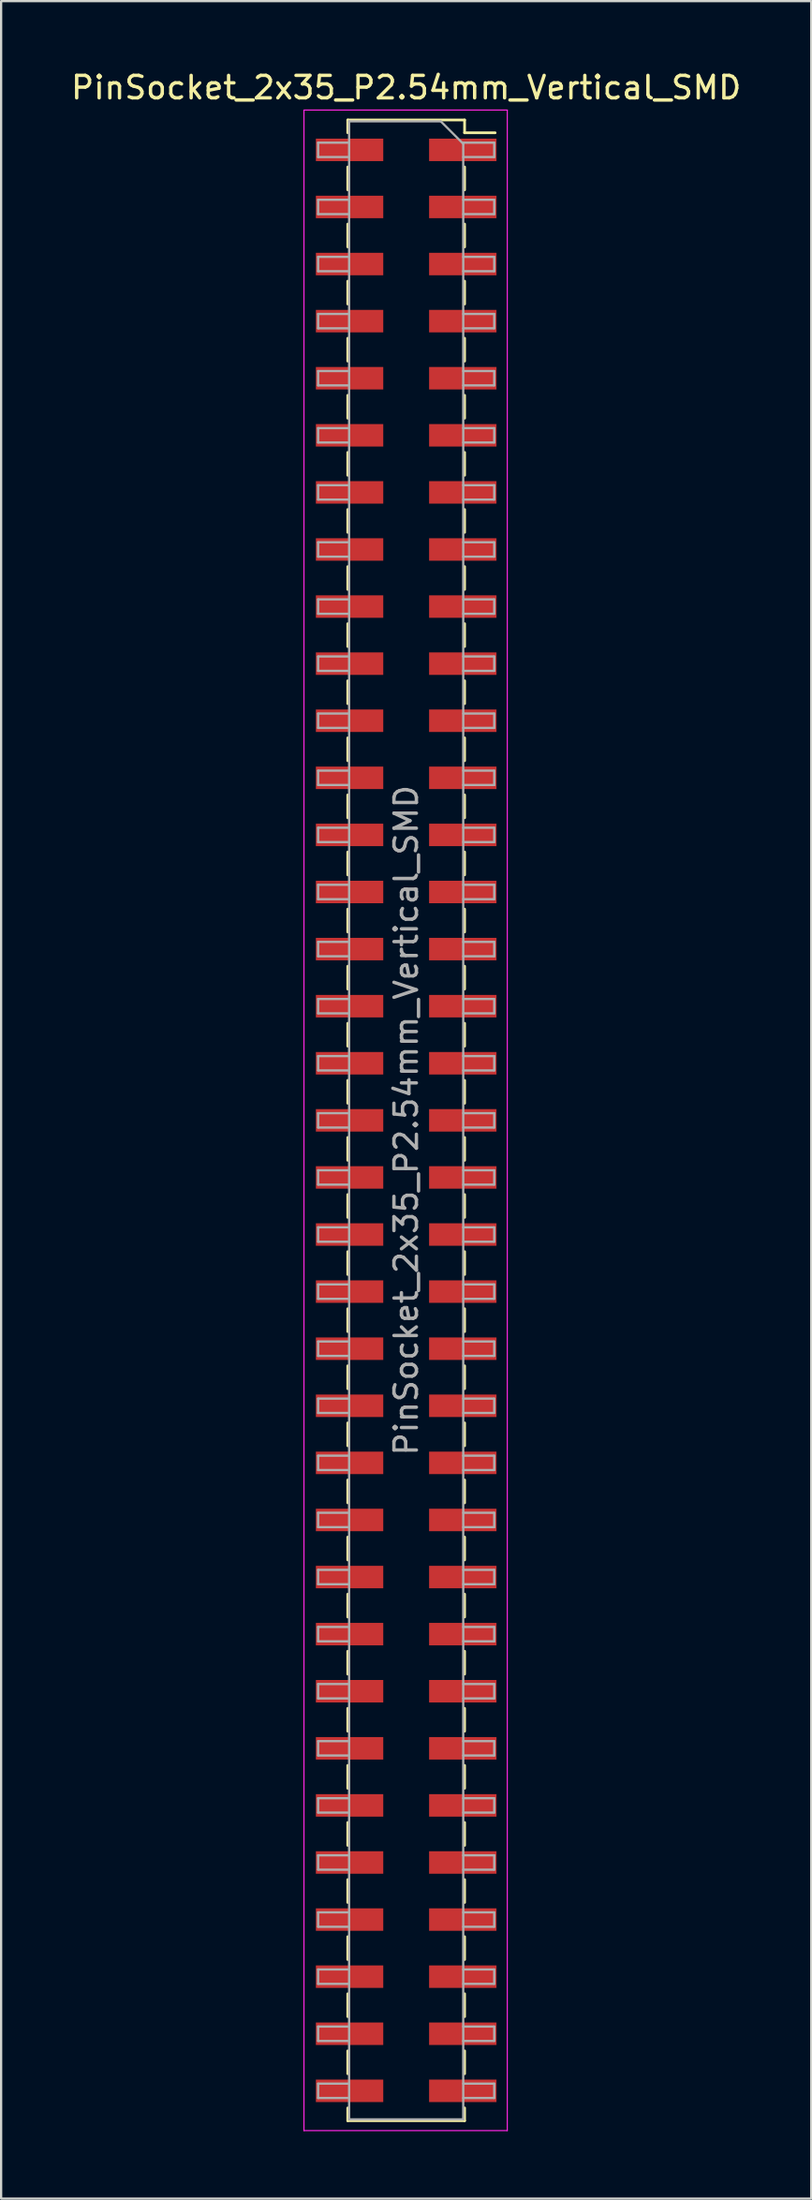
<source format=kicad_pcb>
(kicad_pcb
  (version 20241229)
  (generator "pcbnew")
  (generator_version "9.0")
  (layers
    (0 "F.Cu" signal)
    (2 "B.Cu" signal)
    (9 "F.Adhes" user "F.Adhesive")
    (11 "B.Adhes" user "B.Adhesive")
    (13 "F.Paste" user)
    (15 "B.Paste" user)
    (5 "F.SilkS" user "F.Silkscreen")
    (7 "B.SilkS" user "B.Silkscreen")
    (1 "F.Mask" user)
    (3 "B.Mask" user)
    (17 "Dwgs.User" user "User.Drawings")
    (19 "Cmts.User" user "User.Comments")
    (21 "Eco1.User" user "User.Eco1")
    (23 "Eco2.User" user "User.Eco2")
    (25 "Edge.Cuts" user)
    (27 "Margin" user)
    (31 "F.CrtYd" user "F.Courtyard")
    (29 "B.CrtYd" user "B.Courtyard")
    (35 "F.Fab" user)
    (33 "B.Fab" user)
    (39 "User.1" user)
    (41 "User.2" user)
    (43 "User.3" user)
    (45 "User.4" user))
  (footprint "PinSocket_2x35_P2.54mm_Vertical_SMD"
    (layer "F.Cu")
    (at 15.03 46.798)
    (property "Reference" "PinSocket_2x35_P2.54mm_Vertical_SMD" (at 0 -45.95 0) (layer "F.SilkS") (effects (font (size 1 1) (thickness 0.15))))
    (attr smd)
    (fp_line (start -2.6 -44.51) (end -2.6 -43.94) (stroke (width 0.12) (type solid)) (layer "F.SilkS"))
    (fp_line (start -2.6 -44.51) (end 2.6 -44.51) (stroke (width 0.12) (type solid)) (layer "F.SilkS"))
    (fp_line (start -2.6 -42.42) (end -2.6 -41.4) (stroke (width 0.12) (type solid)) (layer "F.SilkS"))
    (fp_line (start -2.6 -39.88) (end -2.6 -38.86) (stroke (width 0.12) (type solid)) (layer "F.SilkS"))
    (fp_line (start -2.6 -37.34) (end -2.6 -36.32) (stroke (width 0.12) (type solid)) (layer "F.SilkS"))
    (fp_line (start -2.6 -34.8) (end -2.6 -33.78) (stroke (width 0.12) (type solid)) (layer "F.SilkS"))
    (fp_line (start -2.6 -32.26) (end -2.6 -31.24) (stroke (width 0.12) (type solid)) (layer "F.SilkS"))
    (fp_line (start -2.6 -29.72) (end -2.6 -28.7) (stroke (width 0.12) (type solid)) (layer "F.SilkS"))
    (fp_line (start -2.6 -27.18) (end -2.6 -26.16) (stroke (width 0.12) (type solid)) (layer "F.SilkS"))
    (fp_line (start -2.6 -24.64) (end -2.6 -23.62) (stroke (width 0.12) (type solid)) (layer "F.SilkS"))
    (fp_line (start -2.6 -22.1) (end -2.6 -21.08) (stroke (width 0.12) (type solid)) (layer "F.SilkS"))
    (fp_line (start -2.6 -19.56) (end -2.6 -18.54) (stroke (width 0.12) (type solid)) (layer "F.SilkS"))
    (fp_line (start -2.6 -17.02) (end -2.6 -16) (stroke (width 0.12) (type solid)) (layer "F.SilkS"))
    (fp_line (start -2.6 -14.48) (end -2.6 -13.46) (stroke (width 0.12) (type solid)) (layer "F.SilkS"))
    (fp_line (start -2.6 -11.94) (end -2.6 -10.92) (stroke (width 0.12) (type solid)) (layer "F.SilkS"))
    (fp_line (start -2.6 -9.4) (end -2.6 -8.38) (stroke (width 0.12) (type solid)) (layer "F.SilkS"))
    (fp_line (start -2.6 -6.86) (end -2.6 -5.84) (stroke (width 0.12) (type solid)) (layer "F.SilkS"))
    (fp_line (start -2.6 -4.32) (end -2.6 -3.3) (stroke (width 0.12) (type solid)) (layer "F.SilkS"))
    (fp_line (start -2.6 -1.78) (end -2.6 -0.76) (stroke (width 0.12) (type solid)) (layer "F.SilkS"))
    (fp_line (start -2.6 0.76) (end -2.6 1.78) (stroke (width 0.12) (type solid)) (layer "F.SilkS"))
    (fp_line (start -2.6 3.3) (end -2.6 4.32) (stroke (width 0.12) (type solid)) (layer "F.SilkS"))
    (fp_line (start -2.6 5.84) (end -2.6 6.86) (stroke (width 0.12) (type solid)) (layer "F.SilkS"))
    (fp_line (start -2.6 8.38) (end -2.6 9.4) (stroke (width 0.12) (type solid)) (layer "F.SilkS"))
    (fp_line (start -2.6 10.92) (end -2.6 11.94) (stroke (width 0.12) (type solid)) (layer "F.SilkS"))
    (fp_line (start -2.6 13.46) (end -2.6 14.48) (stroke (width 0.12) (type solid)) (layer "F.SilkS"))
    (fp_line (start -2.6 16) (end -2.6 17.02) (stroke (width 0.12) (type solid)) (layer "F.SilkS"))
    (fp_line (start -2.6 18.54) (end -2.6 19.56) (stroke (width 0.12) (type solid)) (layer "F.SilkS"))
    (fp_line (start -2.6 21.08) (end -2.6 22.1) (stroke (width 0.12) (type solid)) (layer "F.SilkS"))
    (fp_line (start -2.6 23.62) (end -2.6 24.64) (stroke (width 0.12) (type solid)) (layer "F.SilkS"))
    (fp_line (start -2.6 26.16) (end -2.6 27.18) (stroke (width 0.12) (type solid)) (layer "F.SilkS"))
    (fp_line (start -2.6 28.7) (end -2.6 29.72) (stroke (width 0.12) (type solid)) (layer "F.SilkS"))
    (fp_line (start -2.6 31.24) (end -2.6 32.26) (stroke (width 0.12) (type solid)) (layer "F.SilkS"))
    (fp_line (start -2.6 33.78) (end -2.6 34.8) (stroke (width 0.12) (type solid)) (layer "F.SilkS"))
    (fp_line (start -2.6 36.32) (end -2.6 37.34) (stroke (width 0.12) (type solid)) (layer "F.SilkS"))
    (fp_line (start -2.6 38.86) (end -2.6 39.88) (stroke (width 0.12) (type solid)) (layer "F.SilkS"))
    (fp_line (start -2.6 41.4) (end -2.6 42.42) (stroke (width 0.12) (type solid)) (layer "F.SilkS"))
    (fp_line (start -2.6 43.94) (end -2.6 44.51) (stroke (width 0.12) (type solid)) (layer "F.SilkS"))
    (fp_line (start -2.6 44.51) (end 2.6 44.51) (stroke (width 0.12) (type solid)) (layer "F.SilkS"))
    (fp_line (start 2.6 -44.51) (end 2.6 -43.94) (stroke (width 0.12) (type solid)) (layer "F.SilkS"))
    (fp_line (start 2.6 -43.94) (end 3.96 -43.94) (stroke (width 0.12) (type solid)) (layer "F.SilkS"))
    (fp_line (start 2.6 -42.42) (end 2.6 -41.4) (stroke (width 0.12) (type solid)) (layer "F.SilkS"))
    (fp_line (start 2.6 -39.88) (end 2.6 -38.86) (stroke (width 0.12) (type solid)) (layer "F.SilkS"))
    (fp_line (start 2.6 -37.34) (end 2.6 -36.32) (stroke (width 0.12) (type solid)) (layer "F.SilkS"))
    (fp_line (start 2.6 -34.8) (end 2.6 -33.78) (stroke (width 0.12) (type solid)) (layer "F.SilkS"))
    (fp_line (start 2.6 -32.26) (end 2.6 -31.24) (stroke (width 0.12) (type solid)) (layer "F.SilkS"))
    (fp_line (start 2.6 -29.72) (end 2.6 -28.7) (stroke (width 0.12) (type solid)) (layer "F.SilkS"))
    (fp_line (start 2.6 -27.18) (end 2.6 -26.16) (stroke (width 0.12) (type solid)) (layer "F.SilkS"))
    (fp_line (start 2.6 -24.64) (end 2.6 -23.62) (stroke (width 0.12) (type solid)) (layer "F.SilkS"))
    (fp_line (start 2.6 -22.1) (end 2.6 -21.08) (stroke (width 0.12) (type solid)) (layer "F.SilkS"))
    (fp_line (start 2.6 -19.56) (end 2.6 -18.54) (stroke (width 0.12) (type solid)) (layer "F.SilkS"))
    (fp_line (start 2.6 -17.02) (end 2.6 -16) (stroke (width 0.12) (type solid)) (layer "F.SilkS"))
    (fp_line (start 2.6 -14.48) (end 2.6 -13.46) (stroke (width 0.12) (type solid)) (layer "F.SilkS"))
    (fp_line (start 2.6 -11.94) (end 2.6 -10.92) (stroke (width 0.12) (type solid)) (layer "F.SilkS"))
    (fp_line (start 2.6 -9.4) (end 2.6 -8.38) (stroke (width 0.12) (type solid)) (layer "F.SilkS"))
    (fp_line (start 2.6 -6.86) (end 2.6 -5.84) (stroke (width 0.12) (type solid)) (layer "F.SilkS"))
    (fp_line (start 2.6 -4.32) (end 2.6 -3.3) (stroke (width 0.12) (type solid)) (layer "F.SilkS"))
    (fp_line (start 2.6 -1.78) (end 2.6 -0.76) (stroke (width 0.12) (type solid)) (layer "F.SilkS"))
    (fp_line (start 2.6 0.76) (end 2.6 1.78) (stroke (width 0.12) (type solid)) (layer "F.SilkS"))
    (fp_line (start 2.6 3.3) (end 2.6 4.32) (stroke (width 0.12) (type solid)) (layer "F.SilkS"))
    (fp_line (start 2.6 5.84) (end 2.6 6.86) (stroke (width 0.12) (type solid)) (layer "F.SilkS"))
    (fp_line (start 2.6 8.38) (end 2.6 9.4) (stroke (width 0.12) (type solid)) (layer "F.SilkS"))
    (fp_line (start 2.6 10.92) (end 2.6 11.94) (stroke (width 0.12) (type solid)) (layer "F.SilkS"))
    (fp_line (start 2.6 13.46) (end 2.6 14.48) (stroke (width 0.12) (type solid)) (layer "F.SilkS"))
    (fp_line (start 2.6 16) (end 2.6 17.02) (stroke (width 0.12) (type solid)) (layer "F.SilkS"))
    (fp_line (start 2.6 18.54) (end 2.6 19.56) (stroke (width 0.12) (type solid)) (layer "F.SilkS"))
    (fp_line (start 2.6 21.08) (end 2.6 22.1) (stroke (width 0.12) (type solid)) (layer "F.SilkS"))
    (fp_line (start 2.6 23.62) (end 2.6 24.64) (stroke (width 0.12) (type solid)) (layer "F.SilkS"))
    (fp_line (start 2.6 26.16) (end 2.6 27.18) (stroke (width 0.12) (type solid)) (layer "F.SilkS"))
    (fp_line (start 2.6 28.7) (end 2.6 29.72) (stroke (width 0.12) (type solid)) (layer "F.SilkS"))
    (fp_line (start 2.6 31.24) (end 2.6 32.26) (stroke (width 0.12) (type solid)) (layer "F.SilkS"))
    (fp_line (start 2.6 33.78) (end 2.6 34.8) (stroke (width 0.12) (type solid)) (layer "F.SilkS"))
    (fp_line (start 2.6 36.32) (end 2.6 37.34) (stroke (width 0.12) (type solid)) (layer "F.SilkS"))
    (fp_line (start 2.6 38.86) (end 2.6 39.88) (stroke (width 0.12) (type solid)) (layer "F.SilkS"))
    (fp_line (start 2.6 41.4) (end 2.6 42.42) (stroke (width 0.12) (type solid)) (layer "F.SilkS"))
    (fp_line (start 2.6 43.94) (end 2.6 44.51) (stroke (width 0.12) (type solid)) (layer "F.SilkS"))
    (fp_line (start -4.55 -44.95) (end 4.5 -44.95) (stroke (width 0.05) (type solid)) (layer "F.CrtYd"))
    (fp_line (start -4.55 44.95) (end -4.55 -44.95) (stroke (width 0.05) (type solid)) (layer "F.CrtYd"))
    (fp_line (start 4.5 -44.95) (end 4.5 44.95) (stroke (width 0.05) (type solid)) (layer "F.CrtYd"))
    (fp_line (start 4.5 44.95) (end -4.55 44.95) (stroke (width 0.05) (type solid)) (layer "F.CrtYd"))
    (fp_line (start -3.92 -43.5) (end -2.54 -43.5) (stroke (width 0.1) (type solid)) (layer "F.Fab"))
    (fp_line (start -3.92 -42.86) (end -3.92 -43.5) (stroke (width 0.1) (type solid)) (layer "F.Fab"))
    (fp_line (start -3.92 -40.96) (end -2.54 -40.96) (stroke (width 0.1) (type solid)) (layer "F.Fab"))
    (fp_line (start -3.92 -40.32) (end -3.92 -40.96) (stroke (width 0.1) (type solid)) (layer "F.Fab"))
    (fp_line (start -3.92 -38.42) (end -2.54 -38.42) (stroke (width 0.1) (type solid)) (layer "F.Fab"))
    (fp_line (start -3.92 -37.78) (end -3.92 -38.42) (stroke (width 0.1) (type solid)) (layer "F.Fab"))
    (fp_line (start -3.92 -35.88) (end -2.54 -35.88) (stroke (width 0.1) (type solid)) (layer "F.Fab"))
    (fp_line (start -3.92 -35.24) (end -3.92 -35.88) (stroke (width 0.1) (type solid)) (layer "F.Fab"))
    (fp_line (start -3.92 -33.34) (end -2.54 -33.34) (stroke (width 0.1) (type solid)) (layer "F.Fab"))
    (fp_line (start -3.92 -32.7) (end -3.92 -33.34) (stroke (width 0.1) (type solid)) (layer "F.Fab"))
    (fp_line (start -3.92 -30.8) (end -2.54 -30.8) (stroke (width 0.1) (type solid)) (layer "F.Fab"))
    (fp_line (start -3.92 -30.16) (end -3.92 -30.8) (stroke (width 0.1) (type solid)) (layer "F.Fab"))
    (fp_line (start -3.92 -28.26) (end -2.54 -28.26) (stroke (width 0.1) (type solid)) (layer "F.Fab"))
    (fp_line (start -3.92 -27.62) (end -3.92 -28.26) (stroke (width 0.1) (type solid)) (layer "F.Fab"))
    (fp_line (start -3.92 -25.72) (end -2.54 -25.72) (stroke (width 0.1) (type solid)) (layer "F.Fab"))
    (fp_line (start -3.92 -25.08) (end -3.92 -25.72) (stroke (width 0.1) (type solid)) (layer "F.Fab"))
    (fp_line (start -3.92 -23.18) (end -2.54 -23.18) (stroke (width 0.1) (type solid)) (layer "F.Fab"))
    (fp_line (start -3.92 -22.54) (end -3.92 -23.18) (stroke (width 0.1) (type solid)) (layer "F.Fab"))
    (fp_line (start -3.92 -20.64) (end -2.54 -20.64) (stroke (width 0.1) (type solid)) (layer "F.Fab"))
    (fp_line (start -3.92 -20) (end -3.92 -20.64) (stroke (width 0.1) (type solid)) (layer "F.Fab"))
    (fp_line (start -3.92 -18.1) (end -2.54 -18.1) (stroke (width 0.1) (type solid)) (layer "F.Fab"))
    (fp_line (start -3.92 -17.46) (end -3.92 -18.1) (stroke (width 0.1) (type solid)) (layer "F.Fab"))
    (fp_line (start -3.92 -15.56) (end -2.54 -15.56) (stroke (width 0.1) (type solid)) (layer "F.Fab"))
    (fp_line (start -3.92 -14.92) (end -3.92 -15.56) (stroke (width 0.1) (type solid)) (layer "F.Fab"))
    (fp_line (start -3.92 -13.02) (end -2.54 -13.02) (stroke (width 0.1) (type solid)) (layer "F.Fab"))
    (fp_line (start -3.92 -12.38) (end -3.92 -13.02) (stroke (width 0.1) (type solid)) (layer "F.Fab"))
    (fp_line (start -3.92 -10.48) (end -2.54 -10.48) (stroke (width 0.1) (type solid)) (layer "F.Fab"))
    (fp_line (start -3.92 -9.84) (end -3.92 -10.48) (stroke (width 0.1) (type solid)) (layer "F.Fab"))
    (fp_line (start -3.92 -7.94) (end -2.54 -7.94) (stroke (width 0.1) (type solid)) (layer "F.Fab"))
    (fp_line (start -3.92 -7.3) (end -3.92 -7.94) (stroke (width 0.1) (type solid)) (layer "F.Fab"))
    (fp_line (start -3.92 -5.4) (end -2.54 -5.4) (stroke (width 0.1) (type solid)) (layer "F.Fab"))
    (fp_line (start -3.92 -4.76) (end -3.92 -5.4) (stroke (width 0.1) (type solid)) (layer "F.Fab"))
    (fp_line (start -3.92 -2.86) (end -2.54 -2.86) (stroke (width 0.1) (type solid)) (layer "F.Fab"))
    (fp_line (start -3.92 -2.22) (end -3.92 -2.86) (stroke (width 0.1) (type solid)) (layer "F.Fab"))
    (fp_line (start -3.92 -0.32) (end -2.54 -0.32) (stroke (width 0.1) (type solid)) (layer "F.Fab"))
    (fp_line (start -3.92 0.32) (end -3.92 -0.32) (stroke (width 0.1) (type solid)) (layer "F.Fab"))
    (fp_line (start -3.92 2.22) (end -2.54 2.22) (stroke (width 0.1) (type solid)) (layer "F.Fab"))
    (fp_line (start -3.92 2.86) (end -3.92 2.22) (stroke (width 0.1) (type solid)) (layer "F.Fab"))
    (fp_line (start -3.92 4.76) (end -2.54 4.76) (stroke (width 0.1) (type solid)) (layer "F.Fab"))
    (fp_line (start -3.92 5.4) (end -3.92 4.76) (stroke (width 0.1) (type solid)) (layer "F.Fab"))
    (fp_line (start -3.92 7.3) (end -2.54 7.3) (stroke (width 0.1) (type solid)) (layer "F.Fab"))
    (fp_line (start -3.92 7.94) (end -3.92 7.3) (stroke (width 0.1) (type solid)) (layer "F.Fab"))
    (fp_line (start -3.92 9.84) (end -2.54 9.84) (stroke (width 0.1) (type solid)) (layer "F.Fab"))
    (fp_line (start -3.92 10.48) (end -3.92 9.84) (stroke (width 0.1) (type solid)) (layer "F.Fab"))
    (fp_line (start -3.92 12.38) (end -2.54 12.38) (stroke (width 0.1) (type solid)) (layer "F.Fab"))
    (fp_line (start -3.92 13.02) (end -3.92 12.38) (stroke (width 0.1) (type solid)) (layer "F.Fab"))
    (fp_line (start -3.92 14.92) (end -2.54 14.92) (stroke (width 0.1) (type solid)) (layer "F.Fab"))
    (fp_line (start -3.92 15.56) (end -3.92 14.92) (stroke (width 0.1) (type solid)) (layer "F.Fab"))
    (fp_line (start -3.92 17.46) (end -2.54 17.46) (stroke (width 0.1) (type solid)) (layer "F.Fab"))
    (fp_line (start -3.92 18.1) (end -3.92 17.46) (stroke (width 0.1) (type solid)) (layer "F.Fab"))
    (fp_line (start -3.92 20) (end -2.54 20) (stroke (width 0.1) (type solid)) (layer "F.Fab"))
    (fp_line (start -3.92 20.64) (end -3.92 20) (stroke (width 0.1) (type solid)) (layer "F.Fab"))
    (fp_line (start -3.92 22.54) (end -2.54 22.54) (stroke (width 0.1) (type solid)) (layer "F.Fab"))
    (fp_line (start -3.92 23.18) (end -3.92 22.54) (stroke (width 0.1) (type solid)) (layer "F.Fab"))
    (fp_line (start -3.92 25.08) (end -2.54 25.08) (stroke (width 0.1) (type solid)) (layer "F.Fab"))
    (fp_line (start -3.92 25.72) (end -3.92 25.08) (stroke (width 0.1) (type solid)) (layer "F.Fab"))
    (fp_line (start -3.92 27.62) (end -2.54 27.62) (stroke (width 0.1) (type solid)) (layer "F.Fab"))
    (fp_line (start -3.92 28.26) (end -3.92 27.62) (stroke (width 0.1) (type solid)) (layer "F.Fab"))
    (fp_line (start -3.92 30.16) (end -2.54 30.16) (stroke (width 0.1) (type solid)) (layer "F.Fab"))
    (fp_line (start -3.92 30.8) (end -3.92 30.16) (stroke (width 0.1) (type solid)) (layer "F.Fab"))
    (fp_line (start -3.92 32.7) (end -2.54 32.7) (stroke (width 0.1) (type solid)) (layer "F.Fab"))
    (fp_line (start -3.92 33.34) (end -3.92 32.7) (stroke (width 0.1) (type solid)) (layer "F.Fab"))
    (fp_line (start -3.92 35.24) (end -2.54 35.24) (stroke (width 0.1) (type solid)) (layer "F.Fab"))
    (fp_line (start -3.92 35.88) (end -3.92 35.24) (stroke (width 0.1) (type solid)) (layer "F.Fab"))
    (fp_line (start -3.92 37.78) (end -2.54 37.78) (stroke (width 0.1) (type solid)) (layer "F.Fab"))
    (fp_line (start -3.92 38.42) (end -3.92 37.78) (stroke (width 0.1) (type solid)) (layer "F.Fab"))
    (fp_line (start -3.92 40.32) (end -2.54 40.32) (stroke (width 0.1) (type solid)) (layer "F.Fab"))
    (fp_line (start -3.92 40.96) (end -3.92 40.32) (stroke (width 0.1) (type solid)) (layer "F.Fab"))
    (fp_line (start -3.92 42.86) (end -2.54 42.86) (stroke (width 0.1) (type solid)) (layer "F.Fab"))
    (fp_line (start -3.92 43.5) (end -3.92 42.86) (stroke (width 0.1) (type solid)) (layer "F.Fab"))
    (fp_line (start -2.54 -44.45) (end 1.54 -44.45) (stroke (width 0.1) (type solid)) (layer "F.Fab"))
    (fp_line (start -2.54 -42.86) (end -3.92 -42.86) (stroke (width 0.1) (type solid)) (layer "F.Fab"))
    (fp_line (start -2.54 -40.32) (end -3.92 -40.32) (stroke (width 0.1) (type solid)) (layer "F.Fab"))
    (fp_line (start -2.54 -37.78) (end -3.92 -37.78) (stroke (width 0.1) (type solid)) (layer "F.Fab"))
    (fp_line (start -2.54 -35.24) (end -3.92 -35.24) (stroke (width 0.1) (type solid)) (layer "F.Fab"))
    (fp_line (start -2.54 -32.7) (end -3.92 -32.7) (stroke (width 0.1) (type solid)) (layer "F.Fab"))
    (fp_line (start -2.54 -30.16) (end -3.92 -30.16) (stroke (width 0.1) (type solid)) (layer "F.Fab"))
    (fp_line (start -2.54 -27.62) (end -3.92 -27.62) (stroke (width 0.1) (type solid)) (layer "F.Fab"))
    (fp_line (start -2.54 -25.08) (end -3.92 -25.08) (stroke (width 0.1) (type solid)) (layer "F.Fab"))
    (fp_line (start -2.54 -22.54) (end -3.92 -22.54) (stroke (width 0.1) (type solid)) (layer "F.Fab"))
    (fp_line (start -2.54 -20) (end -3.92 -20) (stroke (width 0.1) (type solid)) (layer "F.Fab"))
    (fp_line (start -2.54 -17.46) (end -3.92 -17.46) (stroke (width 0.1) (type solid)) (layer "F.Fab"))
    (fp_line (start -2.54 -14.92) (end -3.92 -14.92) (stroke (width 0.1) (type solid)) (layer "F.Fab"))
    (fp_line (start -2.54 -12.38) (end -3.92 -12.38) (stroke (width 0.1) (type solid)) (layer "F.Fab"))
    (fp_line (start -2.54 -9.84) (end -3.92 -9.84) (stroke (width 0.1) (type solid)) (layer "F.Fab"))
    (fp_line (start -2.54 -7.3) (end -3.92 -7.3) (stroke (width 0.1) (type solid)) (layer "F.Fab"))
    (fp_line (start -2.54 -4.76) (end -3.92 -4.76) (stroke (width 0.1) (type solid)) (layer "F.Fab"))
    (fp_line (start -2.54 -2.22) (end -3.92 -2.22) (stroke (width 0.1) (type solid)) (layer "F.Fab"))
    (fp_line (start -2.54 0.32) (end -3.92 0.32) (stroke (width 0.1) (type solid)) (layer "F.Fab"))
    (fp_line (start -2.54 2.86) (end -3.92 2.86) (stroke (width 0.1) (type solid)) (layer "F.Fab"))
    (fp_line (start -2.54 5.4) (end -3.92 5.4) (stroke (width 0.1) (type solid)) (layer "F.Fab"))
    (fp_line (start -2.54 7.94) (end -3.92 7.94) (stroke (width 0.1) (type solid)) (layer "F.Fab"))
    (fp_line (start -2.54 10.48) (end -3.92 10.48) (stroke (width 0.1) (type solid)) (layer "F.Fab"))
    (fp_line (start -2.54 13.02) (end -3.92 13.02) (stroke (width 0.1) (type solid)) (layer "F.Fab"))
    (fp_line (start -2.54 15.56) (end -3.92 15.56) (stroke (width 0.1) (type solid)) (layer "F.Fab"))
    (fp_line (start -2.54 18.1) (end -3.92 18.1) (stroke (width 0.1) (type solid)) (layer "F.Fab"))
    (fp_line (start -2.54 20.64) (end -3.92 20.64) (stroke (width 0.1) (type solid)) (layer "F.Fab"))
    (fp_line (start -2.54 23.18) (end -3.92 23.18) (stroke (width 0.1) (type solid)) (layer "F.Fab"))
    (fp_line (start -2.54 25.72) (end -3.92 25.72) (stroke (width 0.1) (type solid)) (layer "F.Fab"))
    (fp_line (start -2.54 28.26) (end -3.92 28.26) (stroke (width 0.1) (type solid)) (layer "F.Fab"))
    (fp_line (start -2.54 30.8) (end -3.92 30.8) (stroke (width 0.1) (type solid)) (layer "F.Fab"))
    (fp_line (start -2.54 33.34) (end -3.92 33.34) (stroke (width 0.1) (type solid)) (layer "F.Fab"))
    (fp_line (start -2.54 35.88) (end -3.92 35.88) (stroke (width 0.1) (type solid)) (layer "F.Fab"))
    (fp_line (start -2.54 38.42) (end -3.92 38.42) (stroke (width 0.1) (type solid)) (layer "F.Fab"))
    (fp_line (start -2.54 40.96) (end -3.92 40.96) (stroke (width 0.1) (type solid)) (layer "F.Fab"))
    (fp_line (start -2.54 43.5) (end -3.92 43.5) (stroke (width 0.1) (type solid)) (layer "F.Fab"))
    (fp_line (start -2.54 44.45) (end -2.54 -44.45) (stroke (width 0.1) (type solid)) (layer "F.Fab"))
    (fp_line (start 1.54 -44.45) (end 2.54 -43.45) (stroke (width 0.1) (type solid)) (layer "F.Fab"))
    (fp_line (start 2.54 -43.5) (end 3.92 -43.5) (stroke (width 0.1) (type solid)) (layer "F.Fab"))
    (fp_line (start 2.54 -43.45) (end 2.54 44.45) (stroke (width 0.1) (type solid)) (layer "F.Fab"))
    (fp_line (start 2.54 -40.96) (end 3.92 -40.96) (stroke (width 0.1) (type solid)) (layer "F.Fab"))
    (fp_line (start 2.54 -38.42) (end 3.92 -38.42) (stroke (width 0.1) (type solid)) (layer "F.Fab"))
    (fp_line (start 2.54 -35.88) (end 3.92 -35.88) (stroke (width 0.1) (type solid)) (layer "F.Fab"))
    (fp_line (start 2.54 -33.34) (end 3.92 -33.34) (stroke (width 0.1) (type solid)) (layer "F.Fab"))
    (fp_line (start 2.54 -30.8) (end 3.92 -30.8) (stroke (width 0.1) (type solid)) (layer "F.Fab"))
    (fp_line (start 2.54 -28.26) (end 3.92 -28.26) (stroke (width 0.1) (type solid)) (layer "F.Fab"))
    (fp_line (start 2.54 -25.72) (end 3.92 -25.72) (stroke (width 0.1) (type solid)) (layer "F.Fab"))
    (fp_line (start 2.54 -23.18) (end 3.92 -23.18) (stroke (width 0.1) (type solid)) (layer "F.Fab"))
    (fp_line (start 2.54 -20.64) (end 3.92 -20.64) (stroke (width 0.1) (type solid)) (layer "F.Fab"))
    (fp_line (start 2.54 -18.1) (end 3.92 -18.1) (stroke (width 0.1) (type solid)) (layer "F.Fab"))
    (fp_line (start 2.54 -15.56) (end 3.92 -15.56) (stroke (width 0.1) (type solid)) (layer "F.Fab"))
    (fp_line (start 2.54 -13.02) (end 3.92 -13.02) (stroke (width 0.1) (type solid)) (layer "F.Fab"))
    (fp_line (start 2.54 -10.48) (end 3.92 -10.48) (stroke (width 0.1) (type solid)) (layer "F.Fab"))
    (fp_line (start 2.54 -7.94) (end 3.92 -7.94) (stroke (width 0.1) (type solid)) (layer "F.Fab"))
    (fp_line (start 2.54 -5.4) (end 3.92 -5.4) (stroke (width 0.1) (type solid)) (layer "F.Fab"))
    (fp_line (start 2.54 -2.86) (end 3.92 -2.86) (stroke (width 0.1) (type solid)) (layer "F.Fab"))
    (fp_line (start 2.54 -0.32) (end 3.92 -0.32) (stroke (width 0.1) (type solid)) (layer "F.Fab"))
    (fp_line (start 2.54 2.22) (end 3.92 2.22) (stroke (width 0.1) (type solid)) (layer "F.Fab"))
    (fp_line (start 2.54 4.76) (end 3.92 4.76) (stroke (width 0.1) (type solid)) (layer "F.Fab"))
    (fp_line (start 2.54 7.3) (end 3.92 7.3) (stroke (width 0.1) (type solid)) (layer "F.Fab"))
    (fp_line (start 2.54 9.84) (end 3.92 9.84) (stroke (width 0.1) (type solid)) (layer "F.Fab"))
    (fp_line (start 2.54 12.38) (end 3.92 12.38) (stroke (width 0.1) (type solid)) (layer "F.Fab"))
    (fp_line (start 2.54 14.92) (end 3.92 14.92) (stroke (width 0.1) (type solid)) (layer "F.Fab"))
    (fp_line (start 2.54 17.46) (end 3.92 17.46) (stroke (width 0.1) (type solid)) (layer "F.Fab"))
    (fp_line (start 2.54 20) (end 3.92 20) (stroke (width 0.1) (type solid)) (layer "F.Fab"))
    (fp_line (start 2.54 22.54) (end 3.92 22.54) (stroke (width 0.1) (type solid)) (layer "F.Fab"))
    (fp_line (start 2.54 25.08) (end 3.92 25.08) (stroke (width 0.1) (type solid)) (layer "F.Fab"))
    (fp_line (start 2.54 27.62) (end 3.92 27.62) (stroke (width 0.1) (type solid)) (layer "F.Fab"))
    (fp_line (start 2.54 30.16) (end 3.92 30.16) (stroke (width 0.1) (type solid)) (layer "F.Fab"))
    (fp_line (start 2.54 32.7) (end 3.92 32.7) (stroke (width 0.1) (type solid)) (layer "F.Fab"))
    (fp_line (start 2.54 35.24) (end 3.92 35.24) (stroke (width 0.1) (type solid)) (layer "F.Fab"))
    (fp_line (start 2.54 37.78) (end 3.92 37.78) (stroke (width 0.1) (type solid)) (layer "F.Fab"))
    (fp_line (start 2.54 40.32) (end 3.92 40.32) (stroke (width 0.1) (type solid)) (layer "F.Fab"))
    (fp_line (start 2.54 42.86) (end 3.92 42.86) (stroke (width 0.1) (type solid)) (layer "F.Fab"))
    (fp_line (start 2.54 44.45) (end -2.54 44.45) (stroke (width 0.1) (type solid)) (layer "F.Fab"))
    (fp_line (start 3.92 -43.5) (end 3.92 -42.86) (stroke (width 0.1) (type solid)) (layer "F.Fab"))
    (fp_line (start 3.92 -42.86) (end 2.54 -42.86) (stroke (width 0.1) (type solid)) (layer "F.Fab"))
    (fp_line (start 3.92 -40.96) (end 3.92 -40.32) (stroke (width 0.1) (type solid)) (layer "F.Fab"))
    (fp_line (start 3.92 -40.32) (end 2.54 -40.32) (stroke (width 0.1) (type solid)) (layer "F.Fab"))
    (fp_line (start 3.92 -38.42) (end 3.92 -37.78) (stroke (width 0.1) (type solid)) (layer "F.Fab"))
    (fp_line (start 3.92 -37.78) (end 2.54 -37.78) (stroke (width 0.1) (type solid)) (layer "F.Fab"))
    (fp_line (start 3.92 -35.88) (end 3.92 -35.24) (stroke (width 0.1) (type solid)) (layer "F.Fab"))
    (fp_line (start 3.92 -35.24) (end 2.54 -35.24) (stroke (width 0.1) (type solid)) (layer "F.Fab"))
    (fp_line (start 3.92 -33.34) (end 3.92 -32.7) (stroke (width 0.1) (type solid)) (layer "F.Fab"))
    (fp_line (start 3.92 -32.7) (end 2.54 -32.7) (stroke (width 0.1) (type solid)) (layer "F.Fab"))
    (fp_line (start 3.92 -30.8) (end 3.92 -30.16) (stroke (width 0.1) (type solid)) (layer "F.Fab"))
    (fp_line (start 3.92 -30.16) (end 2.54 -30.16) (stroke (width 0.1) (type solid)) (layer "F.Fab"))
    (fp_line (start 3.92 -28.26) (end 3.92 -27.62) (stroke (width 0.1) (type solid)) (layer "F.Fab"))
    (fp_line (start 3.92 -27.62) (end 2.54 -27.62) (stroke (width 0.1) (type solid)) (layer "F.Fab"))
    (fp_line (start 3.92 -25.72) (end 3.92 -25.08) (stroke (width 0.1) (type solid)) (layer "F.Fab"))
    (fp_line (start 3.92 -25.08) (end 2.54 -25.08) (stroke (width 0.1) (type solid)) (layer "F.Fab"))
    (fp_line (start 3.92 -23.18) (end 3.92 -22.54) (stroke (width 0.1) (type solid)) (layer "F.Fab"))
    (fp_line (start 3.92 -22.54) (end 2.54 -22.54) (stroke (width 0.1) (type solid)) (layer "F.Fab"))
    (fp_line (start 3.92 -20.64) (end 3.92 -20) (stroke (width 0.1) (type solid)) (layer "F.Fab"))
    (fp_line (start 3.92 -20) (end 2.54 -20) (stroke (width 0.1) (type solid)) (layer "F.Fab"))
    (fp_line (start 3.92 -18.1) (end 3.92 -17.46) (stroke (width 0.1) (type solid)) (layer "F.Fab"))
    (fp_line (start 3.92 -17.46) (end 2.54 -17.46) (stroke (width 0.1) (type solid)) (layer "F.Fab"))
    (fp_line (start 3.92 -15.56) (end 3.92 -14.92) (stroke (width 0.1) (type solid)) (layer "F.Fab"))
    (fp_line (start 3.92 -14.92) (end 2.54 -14.92) (stroke (width 0.1) (type solid)) (layer "F.Fab"))
    (fp_line (start 3.92 -13.02) (end 3.92 -12.38) (stroke (width 0.1) (type solid)) (layer "F.Fab"))
    (fp_line (start 3.92 -12.38) (end 2.54 -12.38) (stroke (width 0.1) (type solid)) (layer "F.Fab"))
    (fp_line (start 3.92 -10.48) (end 3.92 -9.84) (stroke (width 0.1) (type solid)) (layer "F.Fab"))
    (fp_line (start 3.92 -9.84) (end 2.54 -9.84) (stroke (width 0.1) (type solid)) (layer "F.Fab"))
    (fp_line (start 3.92 -7.94) (end 3.92 -7.3) (stroke (width 0.1) (type solid)) (layer "F.Fab"))
    (fp_line (start 3.92 -7.3) (end 2.54 -7.3) (stroke (width 0.1) (type solid)) (layer "F.Fab"))
    (fp_line (start 3.92 -5.4) (end 3.92 -4.76) (stroke (width 0.1) (type solid)) (layer "F.Fab"))
    (fp_line (start 3.92 -4.76) (end 2.54 -4.76) (stroke (width 0.1) (type solid)) (layer "F.Fab"))
    (fp_line (start 3.92 -2.86) (end 3.92 -2.22) (stroke (width 0.1) (type solid)) (layer "F.Fab"))
    (fp_line (start 3.92 -2.22) (end 2.54 -2.22) (stroke (width 0.1) (type solid)) (layer "F.Fab"))
    (fp_line (start 3.92 -0.32) (end 3.92 0.32) (stroke (width 0.1) (type solid)) (layer "F.Fab"))
    (fp_line (start 3.92 0.32) (end 2.54 0.32) (stroke (width 0.1) (type solid)) (layer "F.Fab"))
    (fp_line (start 3.92 2.22) (end 3.92 2.86) (stroke (width 0.1) (type solid)) (layer "F.Fab"))
    (fp_line (start 3.92 2.86) (end 2.54 2.86) (stroke (width 0.1) (type solid)) (layer "F.Fab"))
    (fp_line (start 3.92 4.76) (end 3.92 5.4) (stroke (width 0.1) (type solid)) (layer "F.Fab"))
    (fp_line (start 3.92 5.4) (end 2.54 5.4) (stroke (width 0.1) (type solid)) (layer "F.Fab"))
    (fp_line (start 3.92 7.3) (end 3.92 7.94) (stroke (width 0.1) (type solid)) (layer "F.Fab"))
    (fp_line (start 3.92 7.94) (end 2.54 7.94) (stroke (width 0.1) (type solid)) (layer "F.Fab"))
    (fp_line (start 3.92 9.84) (end 3.92 10.48) (stroke (width 0.1) (type solid)) (layer "F.Fab"))
    (fp_line (start 3.92 10.48) (end 2.54 10.48) (stroke (width 0.1) (type solid)) (layer "F.Fab"))
    (fp_line (start 3.92 12.38) (end 3.92 13.02) (stroke (width 0.1) (type solid)) (layer "F.Fab"))
    (fp_line (start 3.92 13.02) (end 2.54 13.02) (stroke (width 0.1) (type solid)) (layer "F.Fab"))
    (fp_line (start 3.92 14.92) (end 3.92 15.56) (stroke (width 0.1) (type solid)) (layer "F.Fab"))
    (fp_line (start 3.92 15.56) (end 2.54 15.56) (stroke (width 0.1) (type solid)) (layer "F.Fab"))
    (fp_line (start 3.92 17.46) (end 3.92 18.1) (stroke (width 0.1) (type solid)) (layer "F.Fab"))
    (fp_line (start 3.92 18.1) (end 2.54 18.1) (stroke (width 0.1) (type solid)) (layer "F.Fab"))
    (fp_line (start 3.92 20) (end 3.92 20.64) (stroke (width 0.1) (type solid)) (layer "F.Fab"))
    (fp_line (start 3.92 20.64) (end 2.54 20.64) (stroke (width 0.1) (type solid)) (layer "F.Fab"))
    (fp_line (start 3.92 22.54) (end 3.92 23.18) (stroke (width 0.1) (type solid)) (layer "F.Fab"))
    (fp_line (start 3.92 23.18) (end 2.54 23.18) (stroke (width 0.1) (type solid)) (layer "F.Fab"))
    (fp_line (start 3.92 25.08) (end 3.92 25.72) (stroke (width 0.1) (type solid)) (layer "F.Fab"))
    (fp_line (start 3.92 25.72) (end 2.54 25.72) (stroke (width 0.1) (type solid)) (layer "F.Fab"))
    (fp_line (start 3.92 27.62) (end 3.92 28.26) (stroke (width 0.1) (type solid)) (layer "F.Fab"))
    (fp_line (start 3.92 28.26) (end 2.54 28.26) (stroke (width 0.1) (type solid)) (layer "F.Fab"))
    (fp_line (start 3.92 30.16) (end 3.92 30.8) (stroke (width 0.1) (type solid)) (layer "F.Fab"))
    (fp_line (start 3.92 30.8) (end 2.54 30.8) (stroke (width 0.1) (type solid)) (layer "F.Fab"))
    (fp_line (start 3.92 32.7) (end 3.92 33.34) (stroke (width 0.1) (type solid)) (layer "F.Fab"))
    (fp_line (start 3.92 33.34) (end 2.54 33.34) (stroke (width 0.1) (type solid)) (layer "F.Fab"))
    (fp_line (start 3.92 35.24) (end 3.92 35.88) (stroke (width 0.1) (type solid)) (layer "F.Fab"))
    (fp_line (start 3.92 35.88) (end 2.54 35.88) (stroke (width 0.1) (type solid)) (layer "F.Fab"))
    (fp_line (start 3.92 37.78) (end 3.92 38.42) (stroke (width 0.1) (type solid)) (layer "F.Fab"))
    (fp_line (start 3.92 38.42) (end 2.54 38.42) (stroke (width 0.1) (type solid)) (layer "F.Fab"))
    (fp_line (start 3.92 40.32) (end 3.92 40.96) (stroke (width 0.1) (type solid)) (layer "F.Fab"))
    (fp_line (start 3.92 40.96) (end 2.54 40.96) (stroke (width 0.1) (type solid)) (layer "F.Fab"))
    (fp_line (start 3.92 42.86) (end 3.92 43.5) (stroke (width 0.1) (type solid)) (layer "F.Fab"))
    (fp_line (start 3.92 43.5) (end 2.54 43.5) (stroke (width 0.1) (type solid)) (layer "F.Fab"))
    (fp_text user "${REFERENCE}" (at 0 0 90) (layer "F.Fab") (effects (font (size 1 1) (thickness 0.15))))
    (pad "1" smd rect (at 2.52 -43.18) (size 3 1) (layers "F.Cu" "F.Mask" "F.Paste"))
    (pad "2" smd rect (at -2.52 -43.18) (size 3 1) (layers "F.Cu" "F.Mask" "F.Paste"))
    (pad "3" smd rect (at 2.52 -40.64) (size 3 1) (layers "F.Cu" "F.Mask" "F.Paste"))
    (pad "4" smd rect (at -2.52 -40.64) (size 3 1) (layers "F.Cu" "F.Mask" "F.Paste"))
    (pad "5" smd rect (at 2.52 -38.1) (size 3 1) (layers "F.Cu" "F.Mask" "F.Paste"))
    (pad "6" smd rect (at -2.52 -38.1) (size 3 1) (layers "F.Cu" "F.Mask" "F.Paste"))
    (pad "7" smd rect (at 2.52 -35.56) (size 3 1) (layers "F.Cu" "F.Mask" "F.Paste"))
    (pad "8" smd rect (at -2.52 -35.56) (size 3 1) (layers "F.Cu" "F.Mask" "F.Paste"))
    (pad "9" smd rect (at 2.52 -33.02) (size 3 1) (layers "F.Cu" "F.Mask" "F.Paste"))
    (pad "10" smd rect (at -2.52 -33.02) (size 3 1) (layers "F.Cu" "F.Mask" "F.Paste"))
    (pad "11" smd rect (at 2.52 -30.48) (size 3 1) (layers "F.Cu" "F.Mask" "F.Paste"))
    (pad "12" smd rect (at -2.52 -30.48) (size 3 1) (layers "F.Cu" "F.Mask" "F.Paste"))
    (pad "13" smd rect (at 2.52 -27.94) (size 3 1) (layers "F.Cu" "F.Mask" "F.Paste"))
    (pad "14" smd rect (at -2.52 -27.94) (size 3 1) (layers "F.Cu" "F.Mask" "F.Paste"))
    (pad "15" smd rect (at 2.52 -25.4) (size 3 1) (layers "F.Cu" "F.Mask" "F.Paste"))
    (pad "16" smd rect (at -2.52 -25.4) (size 3 1) (layers "F.Cu" "F.Mask" "F.Paste"))
    (pad "17" smd rect (at 2.52 -22.86) (size 3 1) (layers "F.Cu" "F.Mask" "F.Paste"))
    (pad "18" smd rect (at -2.52 -22.86) (size 3 1) (layers "F.Cu" "F.Mask" "F.Paste"))
    (pad "19" smd rect (at 2.52 -20.32) (size 3 1) (layers "F.Cu" "F.Mask" "F.Paste"))
    (pad "20" smd rect (at -2.52 -20.32) (size 3 1) (layers "F.Cu" "F.Mask" "F.Paste"))
    (pad "21" smd rect (at 2.52 -17.78) (size 3 1) (layers "F.Cu" "F.Mask" "F.Paste"))
    (pad "22" smd rect (at -2.52 -17.78) (size 3 1) (layers "F.Cu" "F.Mask" "F.Paste"))
    (pad "23" smd rect (at 2.52 -15.24) (size 3 1) (layers "F.Cu" "F.Mask" "F.Paste"))
    (pad "24" smd rect (at -2.52 -15.24) (size 3 1) (layers "F.Cu" "F.Mask" "F.Paste"))
    (pad "25" smd rect (at 2.52 -12.7) (size 3 1) (layers "F.Cu" "F.Mask" "F.Paste"))
    (pad "26" smd rect (at -2.52 -12.7) (size 3 1) (layers "F.Cu" "F.Mask" "F.Paste"))
    (pad "27" smd rect (at 2.52 -10.16) (size 3 1) (layers "F.Cu" "F.Mask" "F.Paste"))
    (pad "28" smd rect (at -2.52 -10.16) (size 3 1) (layers "F.Cu" "F.Mask" "F.Paste"))
    (pad "29" smd rect (at 2.52 -7.62) (size 3 1) (layers "F.Cu" "F.Mask" "F.Paste"))
    (pad "30" smd rect (at -2.52 -7.62) (size 3 1) (layers "F.Cu" "F.Mask" "F.Paste"))
    (pad "31" smd rect (at 2.52 -5.08) (size 3 1) (layers "F.Cu" "F.Mask" "F.Paste"))
    (pad "32" smd rect (at -2.52 -5.08) (size 3 1) (layers "F.Cu" "F.Mask" "F.Paste"))
    (pad "33" smd rect (at 2.52 -2.54) (size 3 1) (layers "F.Cu" "F.Mask" "F.Paste"))
    (pad "34" smd rect (at -2.52 -2.54) (size 3 1) (layers "F.Cu" "F.Mask" "F.Paste"))
    (pad "35" smd rect (at 2.52 0) (size 3 1) (layers "F.Cu" "F.Mask" "F.Paste"))
    (pad "36" smd rect (at -2.52 0) (size 3 1) (layers "F.Cu" "F.Mask" "F.Paste"))
    (pad "37" smd rect (at 2.52 2.54) (size 3 1) (layers "F.Cu" "F.Mask" "F.Paste"))
    (pad "38" smd rect (at -2.52 2.54) (size 3 1) (layers "F.Cu" "F.Mask" "F.Paste"))
    (pad "39" smd rect (at 2.52 5.08) (size 3 1) (layers "F.Cu" "F.Mask" "F.Paste"))
    (pad "40" smd rect (at -2.52 5.08) (size 3 1) (layers "F.Cu" "F.Mask" "F.Paste"))
    (pad "41" smd rect (at 2.52 7.62) (size 3 1) (layers "F.Cu" "F.Mask" "F.Paste"))
    (pad "42" smd rect (at -2.52 7.62) (size 3 1) (layers "F.Cu" "F.Mask" "F.Paste"))
    (pad "43" smd rect (at 2.52 10.16) (size 3 1) (layers "F.Cu" "F.Mask" "F.Paste"))
    (pad "44" smd rect (at -2.52 10.16) (size 3 1) (layers "F.Cu" "F.Mask" "F.Paste"))
    (pad "45" smd rect (at 2.52 12.7) (size 3 1) (layers "F.Cu" "F.Mask" "F.Paste"))
    (pad "46" smd rect (at -2.52 12.7) (size 3 1) (layers "F.Cu" "F.Mask" "F.Paste"))
    (pad "47" smd rect (at 2.52 15.24) (size 3 1) (layers "F.Cu" "F.Mask" "F.Paste"))
    (pad "48" smd rect (at -2.52 15.24) (size 3 1) (layers "F.Cu" "F.Mask" "F.Paste"))
    (pad "49" smd rect (at 2.52 17.78) (size 3 1) (layers "F.Cu" "F.Mask" "F.Paste"))
    (pad "50" smd rect (at -2.52 17.78) (size 3 1) (layers "F.Cu" "F.Mask" "F.Paste"))
    (pad "51" smd rect (at 2.52 20.32) (size 3 1) (layers "F.Cu" "F.Mask" "F.Paste"))
    (pad "52" smd rect (at -2.52 20.32) (size 3 1) (layers "F.Cu" "F.Mask" "F.Paste"))
    (pad "53" smd rect (at 2.52 22.86) (size 3 1) (layers "F.Cu" "F.Mask" "F.Paste"))
    (pad "54" smd rect (at -2.52 22.86) (size 3 1) (layers "F.Cu" "F.Mask" "F.Paste"))
    (pad "55" smd rect (at 2.52 25.4) (size 3 1) (layers "F.Cu" "F.Mask" "F.Paste"))
    (pad "56" smd rect (at -2.52 25.4) (size 3 1) (layers "F.Cu" "F.Mask" "F.Paste"))
    (pad "57" smd rect (at 2.52 27.94) (size 3 1) (layers "F.Cu" "F.Mask" "F.Paste"))
    (pad "58" smd rect (at -2.52 27.94) (size 3 1) (layers "F.Cu" "F.Mask" "F.Paste"))
    (pad "59" smd rect (at 2.52 30.48) (size 3 1) (layers "F.Cu" "F.Mask" "F.Paste"))
    (pad "60" smd rect (at -2.52 30.48) (size 3 1) (layers "F.Cu" "F.Mask" "F.Paste"))
    (pad "61" smd rect (at 2.52 33.02) (size 3 1) (layers "F.Cu" "F.Mask" "F.Paste"))
    (pad "62" smd rect (at -2.52 33.02) (size 3 1) (layers "F.Cu" "F.Mask" "F.Paste"))
    (pad "63" smd rect (at 2.52 35.56) (size 3 1) (layers "F.Cu" "F.Mask" "F.Paste"))
    (pad "64" smd rect (at -2.52 35.56) (size 3 1) (layers "F.Cu" "F.Mask" "F.Paste"))
    (pad "65" smd rect (at 2.52 38.1) (size 3 1) (layers "F.Cu" "F.Mask" "F.Paste"))
    (pad "66" smd rect (at -2.52 38.1) (size 3 1) (layers "F.Cu" "F.Mask" "F.Paste"))
    (pad "67" smd rect (at 2.52 40.64) (size 3 1) (layers "F.Cu" "F.Mask" "F.Paste"))
    (pad "68" smd rect (at -2.52 40.64) (size 3 1) (layers "F.Cu" "F.Mask" "F.Paste"))
    (pad "69" smd rect (at 2.52 43.18) (size 3 1) (layers "F.Cu" "F.Mask" "F.Paste"))
    (pad "70" smd rect (at -2.52 43.18) (size 3 1) (layers "F.Cu" "F.Mask" "F.Paste")))
  (gr_rect
    (start -3 -3)
    (end 33.06 94.773)
    (stroke (width 0.1) (type default))
    (fill no)
    (layer "Edge.Cuts")))
</source>
